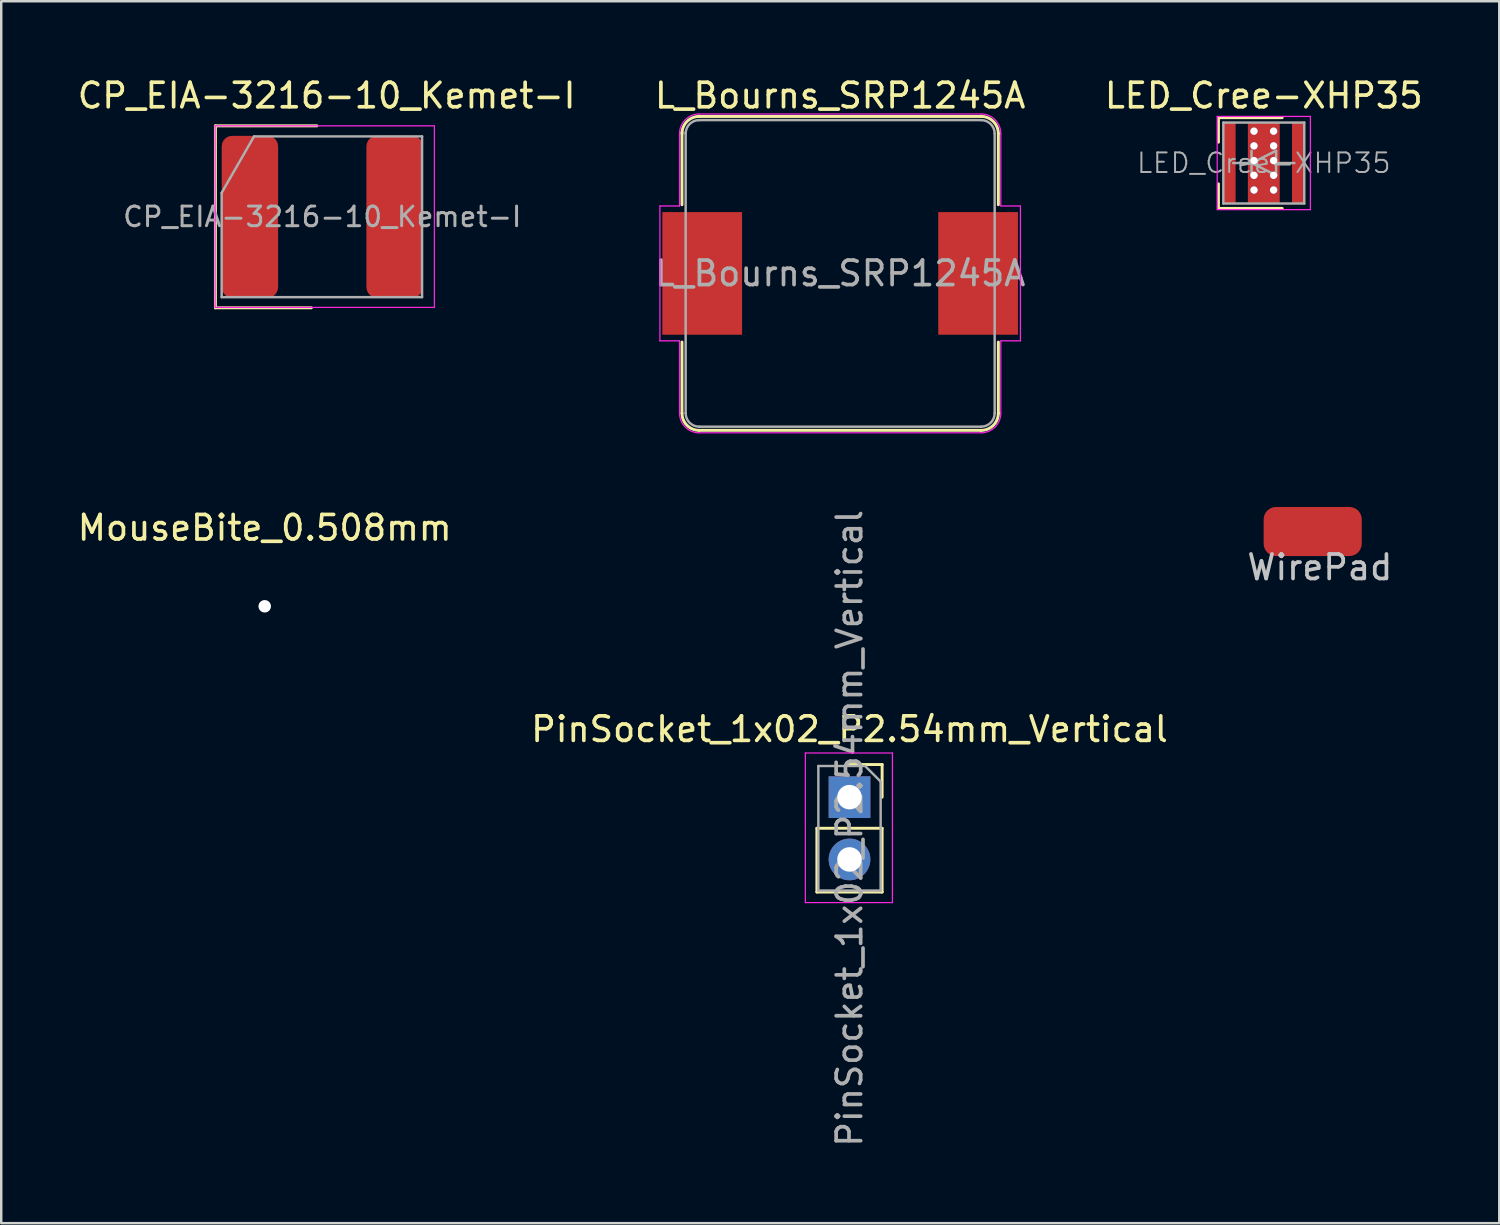
<source format=kicad_pcb>
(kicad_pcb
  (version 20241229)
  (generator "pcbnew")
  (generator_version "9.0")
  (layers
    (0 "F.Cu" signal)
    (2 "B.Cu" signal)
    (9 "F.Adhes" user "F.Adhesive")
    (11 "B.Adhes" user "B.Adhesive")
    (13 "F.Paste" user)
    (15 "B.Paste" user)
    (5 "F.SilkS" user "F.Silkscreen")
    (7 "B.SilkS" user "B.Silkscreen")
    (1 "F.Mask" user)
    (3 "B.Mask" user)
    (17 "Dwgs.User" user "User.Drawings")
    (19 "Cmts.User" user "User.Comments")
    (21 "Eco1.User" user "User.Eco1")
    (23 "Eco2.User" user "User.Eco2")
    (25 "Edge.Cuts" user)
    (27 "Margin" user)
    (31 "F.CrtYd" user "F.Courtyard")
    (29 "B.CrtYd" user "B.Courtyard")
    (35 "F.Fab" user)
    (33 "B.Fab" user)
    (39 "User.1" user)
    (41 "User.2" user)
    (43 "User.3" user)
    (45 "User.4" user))
  (footprint "MouseBite_0.508mm"
    (layer "F.Cu")
    (at 7.744 21.672)
    (property "Reference" "MouseBite_0.508mm" (at 0 -3.2 0) (layer "F.SilkS") (effects (font (size 1 1) (thickness 0.15))))
    (attr exclude_from_pos_files exclude_from_bom)
    (pad "" np_thru_hole circle (at 0 0) (size 0.508 0.508) (drill 0.508) (layers "*.Cu" "*.Mask")))
  (footprint "CP_EIA-3216-10_Kemet-I"
    (layer "F.Cu")
    (at 10.09 5.789)
    (property "Reference" "CP_EIA-3216-10_Kemet-I" (at 0.178 -4.94 0) (layer "F.SilkS") (effects (font (size 1 1) (thickness 0.15))))
    (attr smd)
    (fp_line (start -4.356 -3.708) (end -4.356 3.712) (stroke (width 0.12) (type solid)) (layer "F.SilkS"))
    (fp_line (start -4.356 3.712) (end -0.446 3.712) (stroke (width 0.12) (type solid)) (layer "F.SilkS"))
    (fp_line (start -0.217 -3.708) (end -4.356 -3.708) (stroke (width 0.12) (type solid)) (layer "F.SilkS"))
    (fp_line (start -4.369 -3.708) (end 4.572 -3.708) (stroke (width 0.05) (type solid)) (layer "F.CrtYd"))
    (fp_line (start -4.369 3.696) (end -4.369 -3.708) (stroke (width 0.05) (type solid)) (layer "F.CrtYd"))
    (fp_line (start 4.572 -3.708) (end 4.572 3.696) (stroke (width 0.05) (type solid)) (layer "F.CrtYd"))
    (fp_line (start 4.572 3.696) (end -4.369 3.696) (stroke (width 0.05) (type solid)) (layer "F.CrtYd"))
    (fp_line (start -4.102 -0.978) (end -4.102 3.277) (stroke (width 0.1) (type solid)) (layer "F.Fab"))
    (fp_line (start -4.102 3.277) (end 4.07 3.277) (stroke (width 0.1) (type solid)) (layer "F.Fab"))
    (fp_line (start -2.781 -3.277) (end -4.102 -0.978) (stroke (width 0.1) (type solid)) (layer "F.Fab"))
    (fp_line (start 4.07 -3.277) (end -2.781 -3.277) (stroke (width 0.1) (type solid)) (layer "F.Fab"))
    (fp_line (start 4.07 3.277) (end 4.07 -3.277) (stroke (width 0.1) (type solid)) (layer "F.Fab"))
    (fp_text user "${REFERENCE}" (at 0 0 0) (layer "F.Fab") (effects (font (size 0.8 0.8) (thickness 0.12))))
    (pad "1" smd roundrect (at -2.95 0) (size 2.3 6.6) (layers "F.Cu" "F.Mask" "F.Paste") (roundrect_rratio 0.185))
    (pad "2" smd roundrect (at 2.95 0) (size 2.3 6.6) (layers "F.Cu" "F.Mask" "F.Paste") (roundrect_rratio 0.185)))
  (footprint "PinSocket_1x02_P2.54mm_Vertical"
    (layer "F.Cu")
    (at 31.589 29.454)
    (property "Reference" "PinSocket_1x02_P2.54mm_Vertical" (at 0 -2.77 0) (layer "F.SilkS") (effects (font (size 1 1) (thickness 0.15))))
    (attr through_hole)
    (fp_line (start -1.33 1.27) (end -1.33 3.87) (stroke (width 0.12) (type solid)) (layer "F.SilkS"))
    (fp_line (start -1.33 1.27) (end 1.33 1.27) (stroke (width 0.12) (type solid)) (layer "F.SilkS"))
    (fp_line (start -1.33 3.87) (end 1.33 3.87) (stroke (width 0.12) (type solid)) (layer "F.SilkS"))
    (fp_line (start 0 -1.33) (end 1.33 -1.33) (stroke (width 0.12) (type solid)) (layer "F.SilkS"))
    (fp_line (start 1.33 -1.33) (end 1.33 0) (stroke (width 0.12) (type solid)) (layer "F.SilkS"))
    (fp_line (start 1.33 1.27) (end 1.33 3.87) (stroke (width 0.12) (type solid)) (layer "F.SilkS"))
    (fp_line (start -1.8 -1.8) (end 1.75 -1.8) (stroke (width 0.05) (type solid)) (layer "F.CrtYd"))
    (fp_line (start -1.8 4.3) (end -1.8 -1.8) (stroke (width 0.05) (type solid)) (layer "F.CrtYd"))
    (fp_line (start 1.75 -1.8) (end 1.75 4.3) (stroke (width 0.05) (type solid)) (layer "F.CrtYd"))
    (fp_line (start 1.75 4.3) (end -1.8 4.3) (stroke (width 0.05) (type solid)) (layer "F.CrtYd"))
    (fp_line (start -1.27 -1.27) (end 0.635 -1.27) (stroke (width 0.1) (type solid)) (layer "F.Fab"))
    (fp_line (start -1.27 3.81) (end -1.27 -1.27) (stroke (width 0.1) (type solid)) (layer "F.Fab"))
    (fp_line (start 0.635 -1.27) (end 1.27 -0.635) (stroke (width 0.1) (type solid)) (layer "F.Fab"))
    (fp_line (start 1.27 -0.635) (end 1.27 3.81) (stroke (width 0.1) (type solid)) (layer "F.Fab"))
    (fp_line (start 1.27 3.81) (end -1.27 3.81) (stroke (width 0.1) (type solid)) (layer "F.Fab"))
    (fp_text user "${REFERENCE}" (at 0 1.27 90) (layer "F.Fab") (effects (font (size 1 1) (thickness 0.15))))
    (pad "1" thru_hole rect (at 0 0) (size 1.7 1.7) (drill 1) (layers "*.Cu" "*.Mask"))
    (pad "2" thru_hole oval (at 0 2.54) (size 1.7 1.7) (drill 1) (layers "*.Cu" "*.Mask")))
  (footprint "WirePad"
    (layer "F.Cu")
    (at 50.476 18.623)
    (property "Reference" "WirePad" (at 0.292 1.46 0) (layer "Dwgs.User") (effects (font (size 1 1) (thickness 0.15))))
    (attr through_hole)
    (pad "1" smd roundrect (at 0 0) (size 4 2) (layers "F.Cu" "F.Mask" "F.Paste") (roundrect_rratio 0.25)))
  (footprint "LED_Cree-XHP35"
    (layer "F.Cu")
    (at 48.482 3.598)
    (property "Reference" "LED_Cree-XHP35" (at 0 -2.75 0) (layer "F.SilkS") (effects (font (size 1 1) (thickness 0.15))))
    (attr smd)
    (fp_line (start -1.85 -1.85) (end -1.85 -0.85) (stroke (width 0.12) (type solid)) (layer "F.SilkS"))
    (fp_line (start -1.85 1.85) (end -1.85 0.85) (stroke (width 0.12) (type solid)) (layer "F.SilkS"))
    (fp_line (start 0.75 -1.85) (end -1.85 -1.85) (stroke (width 0.12) (type solid)) (layer "F.SilkS"))
    (fp_line (start 0.75 1.85) (end -1.85 1.85) (stroke (width 0.12) (type solid)) (layer "F.SilkS"))
    (fp_line (start -1.9 -1.9) (end -1.9 1.9) (stroke (width 0.05) (type solid)) (layer "F.CrtYd"))
    (fp_line (start -1.9 1.9) (end 1.9 1.9) (stroke (width 0.05) (type solid)) (layer "F.CrtYd"))
    (fp_line (start 1.9 -1.9) (end -1.9 -1.9) (stroke (width 0.05) (type solid)) (layer "F.CrtYd"))
    (fp_line (start 1.9 1.9) (end 1.9 -1.9) (stroke (width 0.05) (type solid)) (layer "F.CrtYd"))
    (fp_line (start -1.65 -1.65) (end 1.65 -1.65) (stroke (width 0.1) (type solid)) (layer "F.Fab"))
    (fp_line (start -1.65 1.65) (end -1.65 -1.65) (stroke (width 0.1) (type solid)) (layer "F.Fab"))
    (fp_line (start -1.25 0) (end -0.5 0) (stroke (width 0.1) (type solid)) (layer "F.Fab"))
    (fp_line (start -0.5 -0.5) (end -0.5 0.5) (stroke (width 0.1) (type solid)) (layer "F.Fab"))
    (fp_line (start -0.5 0) (end 0.5 -0.5) (stroke (width 0.1) (type solid)) (layer "F.Fab"))
    (fp_line (start 0.5 -0.5) (end 0.5 0.5) (stroke (width 0.1) (type solid)) (layer "F.Fab"))
    (fp_line (start 0.5 0.5) (end -0.5 0) (stroke (width 0.1) (type solid)) (layer "F.Fab"))
    (fp_line (start 1.25 0) (end 0.5 0) (stroke (width 0.1) (type solid)) (layer "F.Fab"))
    (fp_line (start 1.65 -1.65) (end 1.65 1.65) (stroke (width 0.1) (type solid)) (layer "F.Fab"))
    (fp_line (start 1.65 1.65) (end -1.65 1.65) (stroke (width 0.1) (type solid)) (layer "F.Fab"))
    (fp_text user "${REFERENCE}" (at 0 0 0) (layer "F.Fab") (effects (font (size 0.8 0.8) (thickness 0.08))))
    (pad "" smd rect (at 0 -1) (size 1.01 0.75) (layers "F.Paste"))
    (pad "" smd rect (at 0 0) (size 1.01 0.75) (layers "F.Paste"))
    (pad "" smd rect (at 0 1) (size 1.01 0.75) (layers "F.Paste"))
    (pad "1" smd rect (at -1.4 0) (size 0.5 3.3) (layers "F.Cu" "F.Mask" "F.Paste"))
    (pad "2" smd rect (at 1.4 0) (size 0.5 3.3) (layers "F.Cu" "F.Mask" "F.Paste"))
    (pad "3" thru_hole circle (at -0.4 -1.3) (size 0.3 0.3) (drill 0.3) (layers "*.Cu" "*.Mask"))
    (pad "3" thru_hole circle (at -0.4 -0.7) (size 0.3 0.3) (drill 0.3) (layers "*.Cu" "*.Mask"))
    (pad "3" thru_hole circle (at -0.4 -0.1) (size 0.3 0.3) (drill 0.3) (layers "*.Cu" "*.Mask"))
    (pad "3" thru_hole circle (at -0.4 0.5) (size 0.3 0.3) (drill 0.3) (layers "*.Cu" "*.Mask"))
    (pad "3" thru_hole circle (at -0.4 1.1) (size 0.3 0.3) (drill 0.3) (layers "*.Cu" "*.Mask"))
    (pad "3" smd rect (at 0 0) (size 1.3 3.3) (layers "F.Cu" "F.Mask"))
    (pad "3" thru_hole circle (at 0.4 -1.3) (size 0.3 0.3) (drill 0.3) (layers "*.Cu" "*.Mask"))
    (pad "3" thru_hole circle (at 0.4 -0.7) (size 0.3 0.3) (drill 0.3) (layers "*.Cu" "*.Mask"))
    (pad "3" thru_hole circle (at 0.4 -0.1) (size 0.3 0.3) (drill 0.3) (layers "*.Cu" "*.Mask"))
    (pad "3" thru_hole circle (at 0.4 0.5) (size 0.3 0.3) (drill 0.3) (layers "*.Cu" "*.Mask"))
    (pad "3" thru_hole circle (at 0.4 1.1) (size 0.3 0.3) (drill 0.3) (layers "*.Cu" "*.Mask")))
  (footprint "L_Bourns_SRP1245A"
    (layer "F.Cu")
    (at 31.208 8.098)
    (property "Reference" "L_Bourns_SRP1245A" (at 0 -7.25 0) (layer "F.SilkS") (effects (font (size 1 1) (thickness 0.15))))
    (attr smd)
    (fp_line (start -6.45 -5.75) (end -6.45 -2.8) (stroke (width 0.12) (type solid)) (layer "F.SilkS"))
    (fp_line (start -6.45 2.8) (end -6.45 5.7) (stroke (width 0.12) (type solid)) (layer "F.SilkS"))
    (fp_line (start -5.75 -6.4) (end 5.75 -6.4) (stroke (width 0.12) (type solid)) (layer "F.SilkS"))
    (fp_line (start 5.75 6.4) (end -5.75 6.4) (stroke (width 0.12) (type solid)) (layer "F.SilkS"))
    (fp_line (start 6.45 -5.7) (end 6.45 -2.8) (stroke (width 0.12) (type solid)) (layer "F.SilkS"))
    (fp_line (start 6.45 2.8) (end 6.45 5.7) (stroke (width 0.12) (type solid)) (layer "F.SilkS"))
    (fp_arc (start -6.45 -5.7) (mid -6.244975 -6.194975) (end -5.75 -6.4) (stroke (width 0.12) (type solid)) (layer "F.SilkS"))
    (fp_arc (start -5.75 6.4) (mid -6.244975 6.194975) (end -6.45 5.7) (stroke (width 0.12) (type solid)) (layer "F.SilkS"))
    (fp_arc (start 5.75 -6.4) (mid 6.244975 -6.194975) (end 6.45 -5.7) (stroke (width 0.12) (type solid)) (layer "F.SilkS"))
    (fp_arc (start 6.45 5.7) (mid 6.244975 6.194975) (end 5.75 6.4) (stroke (width 0.12) (type solid)) (layer "F.SilkS"))
    (fp_line (start -7.35 -2.75) (end -6.55 -2.75) (stroke (width 0.05) (type solid)) (layer "F.CrtYd"))
    (fp_line (start -7.35 2.75) (end -7.35 -2.75) (stroke (width 0.05) (type solid)) (layer "F.CrtYd"))
    (fp_line (start -7.35 2.75) (end -6.55 2.75) (stroke (width 0.05) (type solid)) (layer "F.CrtYd"))
    (fp_line (start -6.55 -2.75) (end -6.55 -5.7) (stroke (width 0.05) (type solid)) (layer "F.CrtYd"))
    (fp_line (start -6.55 5.7) (end -6.55 2.75) (stroke (width 0.05) (type solid)) (layer "F.CrtYd"))
    (fp_line (start -5.75 -6.5) (end 5.75 -6.5) (stroke (width 0.05) (type solid)) (layer "F.CrtYd"))
    (fp_line (start 5.75 6.5) (end -5.75 6.5) (stroke (width 0.05) (type solid)) (layer "F.CrtYd"))
    (fp_line (start 6.55 -5.7) (end 6.55 -2.75) (stroke (width 0.05) (type solid)) (layer "F.CrtYd"))
    (fp_line (start 6.55 2.75) (end 6.55 5.7) (stroke (width 0.05) (type solid)) (layer "F.CrtYd"))
    (fp_line (start 7.35 -2.75) (end 6.55 -2.75) (stroke (width 0.05) (type solid)) (layer "F.CrtYd"))
    (fp_line (start 7.35 -2.75) (end 7.35 2.75) (stroke (width 0.05) (type solid)) (layer "F.CrtYd"))
    (fp_line (start 7.35 2.75) (end 6.55 2.75) (stroke (width 0.05) (type solid)) (layer "F.CrtYd"))
    (fp_arc (start -6.55 -5.7) (mid -6.315685 -6.265685) (end -5.75 -6.5) (stroke (width 0.05) (type solid)) (layer "F.CrtYd"))
    (fp_arc (start -5.75 6.5) (mid -6.315685 6.265685) (end -6.55 5.7) (stroke (width 0.05) (type solid)) (layer "F.CrtYd"))
    (fp_arc (start 5.75 -6.5) (mid 6.315685 -6.265685) (end 6.55 -5.7) (stroke (width 0.05) (type solid)) (layer "F.CrtYd"))
    (fp_arc (start 6.55 5.7) (mid 6.315685 6.265685) (end 5.75 6.5) (stroke (width 0.05) (type solid)) (layer "F.CrtYd"))
    (fp_line (start -6.3 -5.75) (end -6.3 5.7) (stroke (width 0.1) (type solid)) (layer "F.Fab"))
    (fp_line (start -5.75 -6.25) (end 5.75 -6.25) (stroke (width 0.1) (type solid)) (layer "F.Fab"))
    (fp_line (start 5.75 6.25) (end -5.75 6.25) (stroke (width 0.1) (type solid)) (layer "F.Fab"))
    (fp_line (start 6.3 -5.7) (end 6.3 5.7) (stroke (width 0.1) (type solid)) (layer "F.Fab"))
    (fp_arc (start -6.3 -5.7) (mid -6.138909 -6.088909) (end -5.75 -6.25) (stroke (width 0.1) (type solid)) (layer "F.Fab"))
    (fp_arc (start -5.75 6.25) (mid -6.138909 6.088909) (end -6.3 5.7) (stroke (width 0.1) (type solid)) (layer "F.Fab"))
    (fp_arc (start 5.75 -6.25) (mid 6.138909 -6.088909) (end 6.3 -5.7) (stroke (width 0.1) (type solid)) (layer "F.Fab"))
    (fp_arc (start 6.3 5.7) (mid 6.138909 6.088909) (end 5.75 6.25) (stroke (width 0.1) (type solid)) (layer "F.Fab"))
    (fp_text user "${REFERENCE}" (at 0 0 0) (layer "F.Fab") (effects (font (size 1 1) (thickness 0.15))))
    (pad "1" smd rect (at -5.625 0) (size 3.25 5) (layers "F.Cu" "F.Mask" "F.Paste"))
    (pad "2" smd rect (at 5.625 0) (size 3.25 5) (layers "F.Cu" "F.Mask" "F.Paste")))
  (gr_rect
    (start -3 -3)
    (end 58.083 46.826)
    (stroke (width 0.1) (type default))
    (fill no)
    (layer "Edge.Cuts")))
</source>
